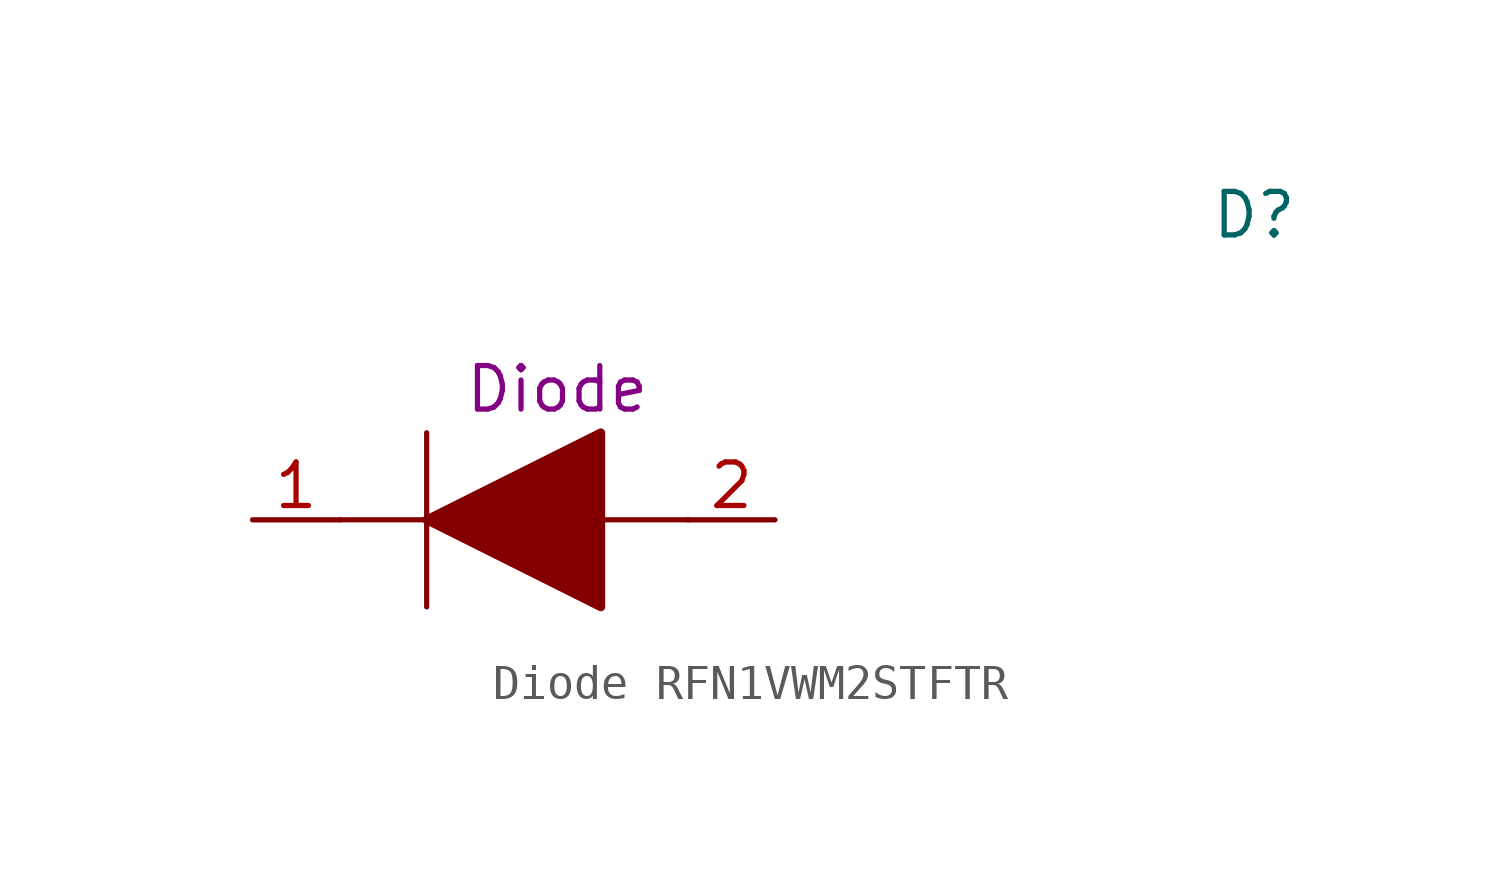
<source format=kicad_sym>
(kicad_symbol_lib
  (version 20220914)
  (generator kicad_symbol_editor)
  (symbol "Diode RFN1VWM2STFTR"
    (pin_names
      (offset 0.762))
    (property "Reference" "D"
      (at 27.94 8.89 0)
      (effects (font (size 1.27 1.27)) (justify left)))
    (property "Render Name" "Diode"
      (at 8.89 3.81 0)
      (effects (font (size 1.27 1.27))))
    (symbol "Diode RFN1VWM2STFTR_0_0"
      (pin passive line (at 0 0 0) (length 2.54) (name "~" (effects (font (size 1.27 1.27)))) (number "1" (effects (font (size 1.27 1.27)))))
      (pin passive line (at 15.24 0 180) (length 2.54) (name "~" (effects (font (size 1.27 1.27)))) (number "2" (effects (font (size 1.27 1.27))))))
    (symbol "Diode RFN1VWM2STFTR_0_1"
      (polyline (pts (xy 2.54 0) (xy 5.08 0)) (stroke (width 0.152) (type default)) (fill (type none)))
      (polyline (pts (xy 5.08 2.54) (xy 5.08 -2.54)) (stroke (width 0.152) (type default)) (fill (type none)))
      (polyline (pts (xy 10.16 0) (xy 12.7 0)) (stroke (width 0.152) (type default)) (fill (type none)))
      (polyline (pts (xy 5.08 0) (xy 10.16 2.54) (xy 10.16 -2.54) (xy 5.08 0)) (stroke (width 0.254) (type default)) (fill (type outline))))))
</source>
